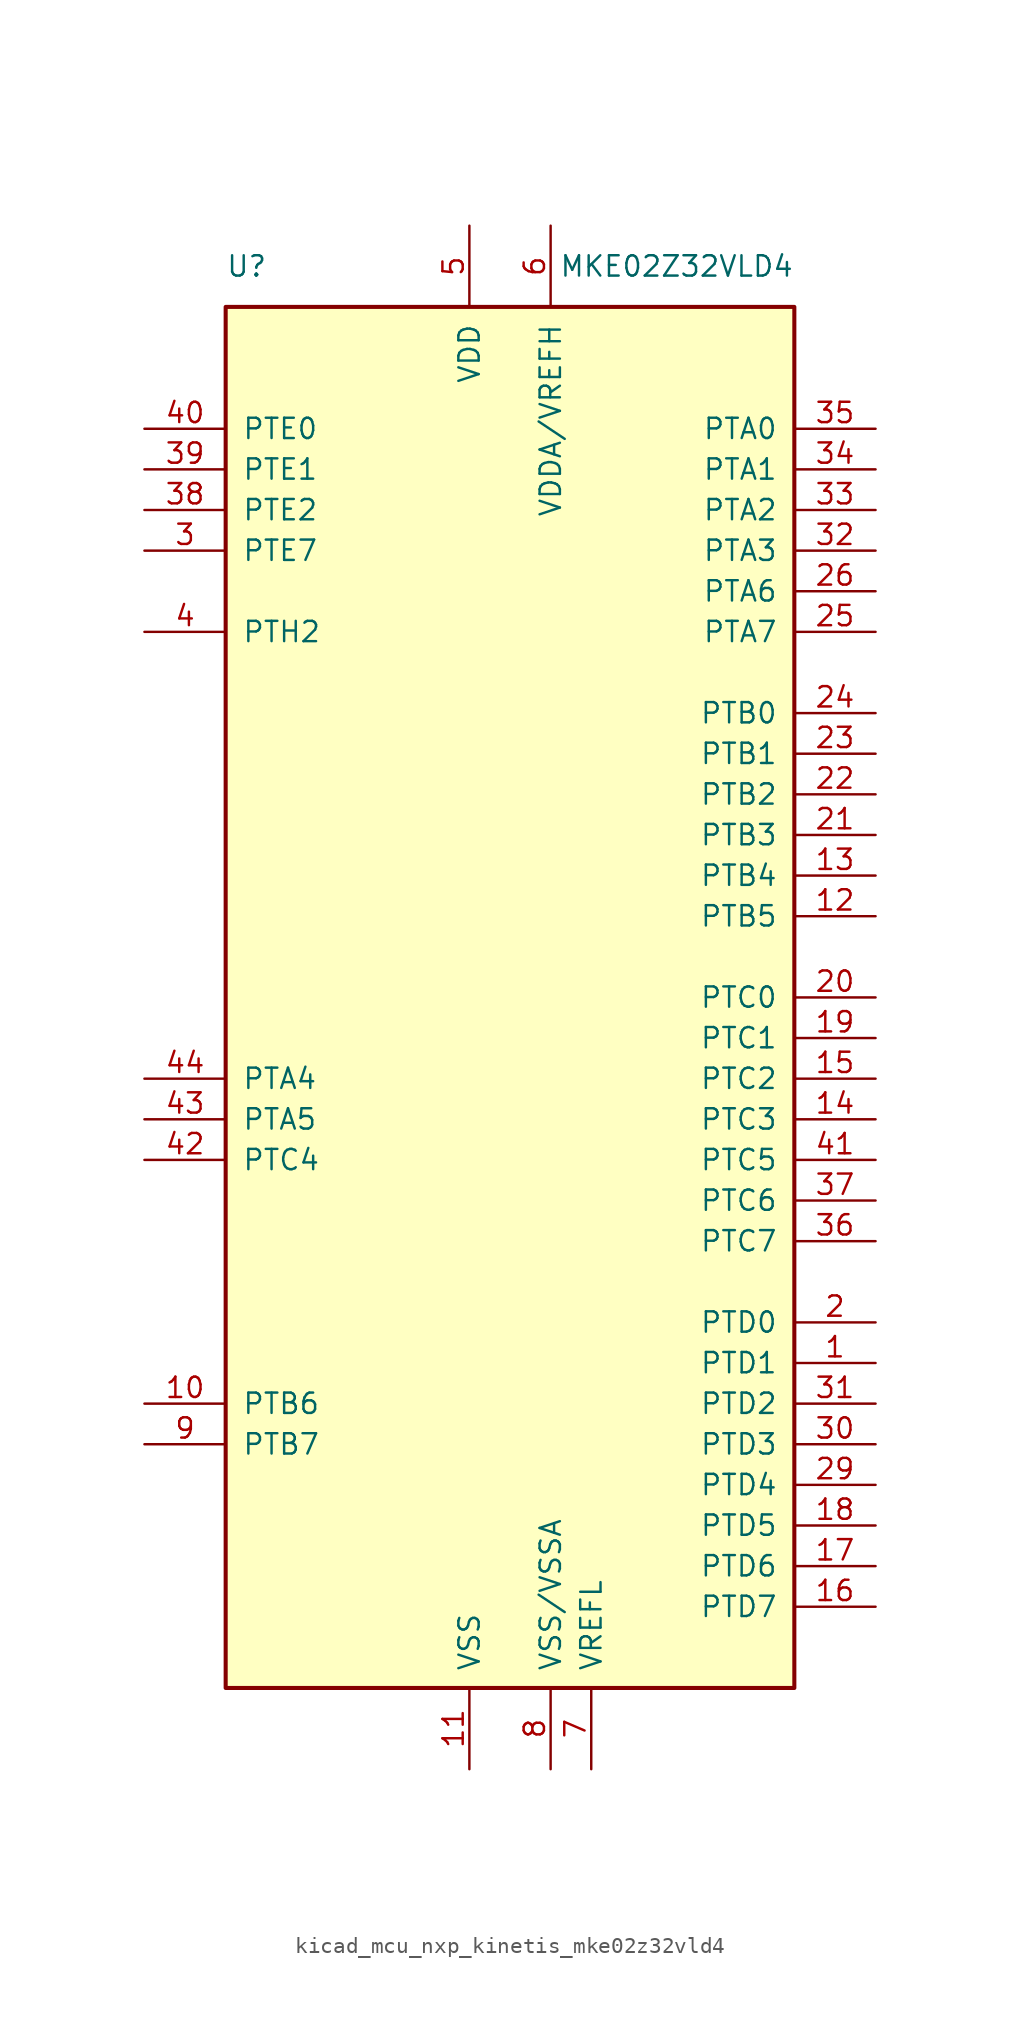
<source format=kicad_sym>
(kicad_symbol_lib
  (version 20220914)
  (generator kicad_symbol_editor)
  (symbol "kicad_mcu_nxp_kinetis_mke02z32vld4"
    (pin_names
      (offset 1.016))
    (property "Reference" "U"
      (at -17.78 45.72 0)
      (effects (font (size 1.27 1.27)) (justify left)))
    (property "Value" "MKE02Z32VLD4"
      (at 17.78 45.72 0)
      (effects (font (size 1.27 1.27)) (justify right)))
    (symbol "kicad_mcu_nxp_kinetis_mke02z32vld4_0_1"
      (rectangle (start -17.78 43.18) (end 17.78 -43.18) (stroke (width 0.254) (type default)) (fill (type background))))
    (symbol "kicad_mcu_nxp_kinetis_mke02z32vld4_1_1"
      (pin bidirectional line (at 22.86 -22.86 180) (length 5.08) (name "PTD1" (effects (font (size 1.27 1.27)))) (number "1" (effects (font (size 1.27 1.27)))))
      (pin bidirectional line (at -22.86 -25.4 0) (length 5.08) (name "PTB6" (effects (font (size 1.27 1.27)))) (number "10" (effects (font (size 1.27 1.27)))))
      (pin power_in line (at -2.54 -48.26 90) (length 5.08) (name "VSS" (effects (font (size 1.27 1.27)))) (number "11" (effects (font (size 1.27 1.27)))))
      (pin bidirectional line (at 22.86 5.08 180) (length 5.08) (name "PTB5" (effects (font (size 1.27 1.27)))) (number "12" (effects (font (size 1.27 1.27)))))
      (pin bidirectional line (at 22.86 7.62 180) (length 5.08) (name "PTB4" (effects (font (size 1.27 1.27)))) (number "13" (effects (font (size 1.27 1.27)))))
      (pin bidirectional line (at 22.86 -7.62 180) (length 5.08) (name "PTC3" (effects (font (size 1.27 1.27)))) (number "14" (effects (font (size 1.27 1.27)))))
      (pin bidirectional line (at 22.86 -5.08 180) (length 5.08) (name "PTC2" (effects (font (size 1.27 1.27)))) (number "15" (effects (font (size 1.27 1.27)))))
      (pin bidirectional line (at 22.86 -38.1 180) (length 5.08) (name "PTD7" (effects (font (size 1.27 1.27)))) (number "16" (effects (font (size 1.27 1.27)))))
      (pin bidirectional line (at 22.86 -35.56 180) (length 5.08) (name "PTD6" (effects (font (size 1.27 1.27)))) (number "17" (effects (font (size 1.27 1.27)))))
      (pin bidirectional line (at 22.86 -33.02 180) (length 5.08) (name "PTD5" (effects (font (size 1.27 1.27)))) (number "18" (effects (font (size 1.27 1.27)))))
      (pin bidirectional line (at 22.86 -2.54 180) (length 5.08) (name "PTC1" (effects (font (size 1.27 1.27)))) (number "19" (effects (font (size 1.27 1.27)))))
      (pin bidirectional line (at 22.86 -20.32 180) (length 5.08) (name "PTD0" (effects (font (size 1.27 1.27)))) (number "2" (effects (font (size 1.27 1.27)))))
      (pin bidirectional line (at 22.86 0 180) (length 5.08) (name "PTC0" (effects (font (size 1.27 1.27)))) (number "20" (effects (font (size 1.27 1.27)))))
      (pin bidirectional line (at 22.86 10.16 180) (length 5.08) (name "PTB3" (effects (font (size 1.27 1.27)))) (number "21" (effects (font (size 1.27 1.27)))))
      (pin bidirectional line (at 22.86 12.7 180) (length 5.08) (name "PTB2" (effects (font (size 1.27 1.27)))) (number "22" (effects (font (size 1.27 1.27)))))
      (pin bidirectional line (at 22.86 15.24 180) (length 5.08) (name "PTB1" (effects (font (size 1.27 1.27)))) (number "23" (effects (font (size 1.27 1.27)))))
      (pin bidirectional line (at 22.86 17.78 180) (length 5.08) (name "PTB0" (effects (font (size 1.27 1.27)))) (number "24" (effects (font (size 1.27 1.27)))))
      (pin bidirectional line (at 22.86 22.86 180) (length 5.08) (name "PTA7" (effects (font (size 1.27 1.27)))) (number "25" (effects (font (size 1.27 1.27)))))
      (pin bidirectional line (at 22.86 25.4 180) (length 5.08) (name "PTA6" (effects (font (size 1.27 1.27)))) (number "26" (effects (font (size 1.27 1.27)))))
      (pin passive line (at -2.54 -48.26 90) (length 5.08) hide (name "VSS" (effects (font (size 1.27 1.27)))) (number "27" (effects (font (size 1.27 1.27)))))
      (pin passive line (at -2.54 48.26 270) (length 5.08) hide (name "VDD" (effects (font (size 1.27 1.27)))) (number "28" (effects (font (size 1.27 1.27)))))
      (pin bidirectional line (at 22.86 -30.48 180) (length 5.08) (name "PTD4" (effects (font (size 1.27 1.27)))) (number "29" (effects (font (size 1.27 1.27)))))
      (pin bidirectional line (at -22.86 27.94 0) (length 5.08) (name "PTE7" (effects (font (size 1.27 1.27)))) (number "3" (effects (font (size 1.27 1.27)))))
      (pin bidirectional line (at 22.86 -27.94 180) (length 5.08) (name "PTD3" (effects (font (size 1.27 1.27)))) (number "30" (effects (font (size 1.27 1.27)))))
      (pin bidirectional line (at 22.86 -25.4 180) (length 5.08) (name "PTD2" (effects (font (size 1.27 1.27)))) (number "31" (effects (font (size 1.27 1.27)))))
      (pin bidirectional line (at 22.86 27.94 180) (length 5.08) (name "PTA3" (effects (font (size 1.27 1.27)))) (number "32" (effects (font (size 1.27 1.27)))))
      (pin bidirectional line (at 22.86 30.48 180) (length 5.08) (name "PTA2" (effects (font (size 1.27 1.27)))) (number "33" (effects (font (size 1.27 1.27)))))
      (pin bidirectional line (at 22.86 33.02 180) (length 5.08) (name "PTA1" (effects (font (size 1.27 1.27)))) (number "34" (effects (font (size 1.27 1.27)))))
      (pin bidirectional line (at 22.86 35.56 180) (length 5.08) (name "PTA0" (effects (font (size 1.27 1.27)))) (number "35" (effects (font (size 1.27 1.27)))))
      (pin bidirectional line (at 22.86 -15.24 180) (length 5.08) (name "PTC7" (effects (font (size 1.27 1.27)))) (number "36" (effects (font (size 1.27 1.27)))))
      (pin bidirectional line (at 22.86 -12.7 180) (length 5.08) (name "PTC6" (effects (font (size 1.27 1.27)))) (number "37" (effects (font (size 1.27 1.27)))))
      (pin bidirectional line (at -22.86 30.48 0) (length 5.08) (name "PTE2" (effects (font (size 1.27 1.27)))) (number "38" (effects (font (size 1.27 1.27)))))
      (pin bidirectional line (at -22.86 33.02 0) (length 5.08) (name "PTE1" (effects (font (size 1.27 1.27)))) (number "39" (effects (font (size 1.27 1.27)))))
      (pin bidirectional line (at -22.86 22.86 0) (length 5.08) (name "PTH2" (effects (font (size 1.27 1.27)))) (number "4" (effects (font (size 1.27 1.27)))))
      (pin bidirectional line (at -22.86 35.56 0) (length 5.08) (name "PTE0" (effects (font (size 1.27 1.27)))) (number "40" (effects (font (size 1.27 1.27)))))
      (pin bidirectional line (at 22.86 -10.16 180) (length 5.08) (name "PTC5" (effects (font (size 1.27 1.27)))) (number "41" (effects (font (size 1.27 1.27)))))
      (pin bidirectional line (at -22.86 -10.16 0) (length 5.08) (name "PTC4" (effects (font (size 1.27 1.27)))) (number "42" (effects (font (size 1.27 1.27)))))
      (pin bidirectional line (at -22.86 -7.62 0) (length 5.08) (name "PTA5" (effects (font (size 1.27 1.27)))) (number "43" (effects (font (size 1.27 1.27)))))
      (pin bidirectional line (at -22.86 -5.08 0) (length 5.08) (name "PTA4" (effects (font (size 1.27 1.27)))) (number "44" (effects (font (size 1.27 1.27)))))
      (pin power_in line (at -2.54 48.26 270) (length 5.08) (name "VDD" (effects (font (size 1.27 1.27)))) (number "5" (effects (font (size 1.27 1.27)))))
      (pin power_in line (at 2.54 48.26 270) (length 5.08) (name "VDDA/VREFH" (effects (font (size 1.27 1.27)))) (number "6" (effects (font (size 1.27 1.27)))))
      (pin power_in line (at 5.08 -48.26 90) (length 5.08) (name "VREFL" (effects (font (size 1.27 1.27)))) (number "7" (effects (font (size 1.27 1.27)))))
      (pin power_in line (at 2.54 -48.26 90) (length 5.08) (name "VSS/VSSA" (effects (font (size 1.27 1.27)))) (number "8" (effects (font (size 1.27 1.27)))))
      (pin bidirectional line (at -22.86 -27.94 0) (length 5.08) (name "PTB7" (effects (font (size 1.27 1.27)))) (number "9" (effects (font (size 1.27 1.27))))))))
</source>
